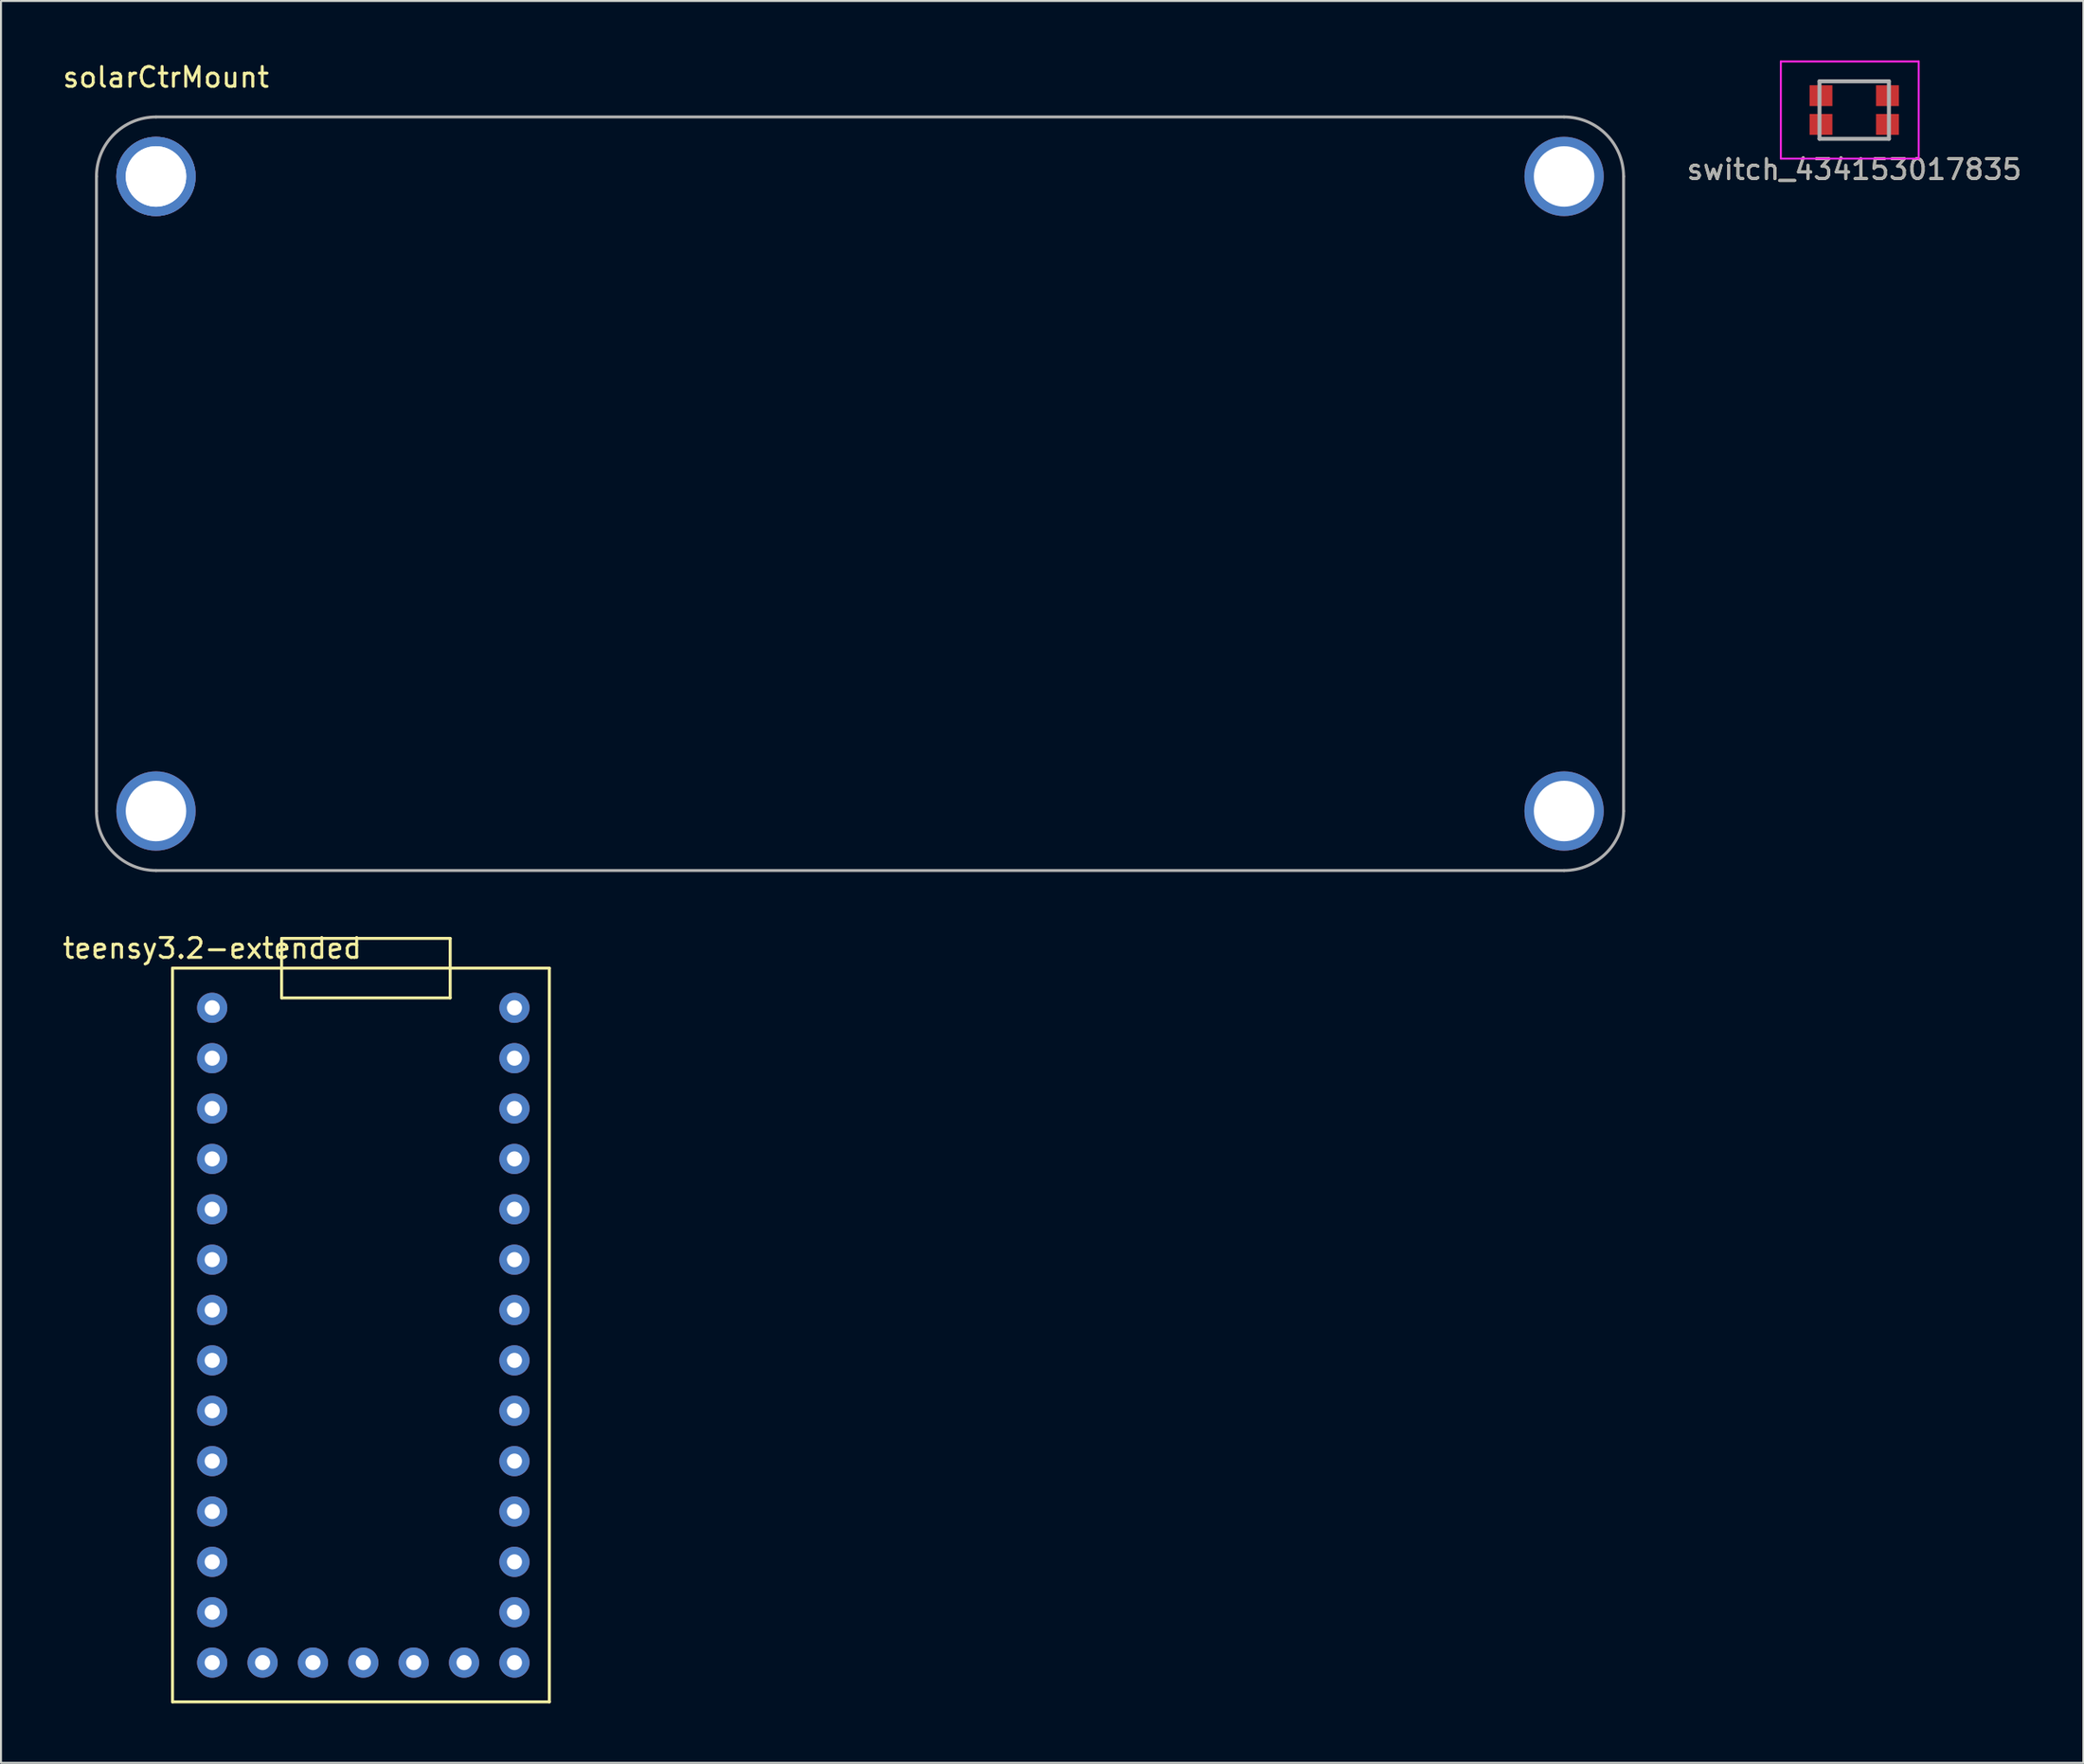
<source format=kicad_pcb>
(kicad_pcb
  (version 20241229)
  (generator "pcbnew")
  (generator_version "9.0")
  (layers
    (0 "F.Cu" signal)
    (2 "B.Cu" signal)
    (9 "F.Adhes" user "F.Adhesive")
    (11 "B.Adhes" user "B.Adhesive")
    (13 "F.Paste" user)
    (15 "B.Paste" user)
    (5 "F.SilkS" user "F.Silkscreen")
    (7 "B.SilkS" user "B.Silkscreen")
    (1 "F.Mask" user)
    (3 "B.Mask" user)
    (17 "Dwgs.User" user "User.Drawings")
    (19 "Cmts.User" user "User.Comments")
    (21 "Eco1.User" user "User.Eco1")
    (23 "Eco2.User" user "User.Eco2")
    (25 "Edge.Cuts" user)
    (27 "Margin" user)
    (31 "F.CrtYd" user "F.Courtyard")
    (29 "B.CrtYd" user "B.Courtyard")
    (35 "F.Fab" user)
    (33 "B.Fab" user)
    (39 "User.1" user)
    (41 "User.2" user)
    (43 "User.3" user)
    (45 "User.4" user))
  (footprint "solarCtrMount"
    (layer "F.Cu")
    (at 4.815 5.848)
    (property "Reference" "solarCtrMount" (at 0.5 -5 0) (layer "F.SilkS") (effects (font (size 1 1) (thickness 0.15))))
    (attr through_hole)
    (fp_line (start -3 0) (end -3 32) (stroke (width 0.15) (type solid)) (layer "F.Fab"))
    (fp_line (start 0 35) (end 71 35) (stroke (width 0.15) (type solid)) (layer "F.Fab"))
    (fp_line (start 71 -3) (end 0 -3) (stroke (width 0.15) (type solid)) (layer "F.Fab"))
    (fp_line (start 74 32) (end 74 0) (stroke (width 0.15) (type solid)) (layer "F.Fab"))
    (fp_arc (start -3 0) (mid -2.12132 -2.12132) (end 0 -3) (stroke (width 0.15) (type solid)) (layer "F.Fab"))
    (fp_arc (start 0 35) (mid -2.12132 34.12132) (end -3 32) (stroke (width 0.15) (type solid)) (layer "F.Fab"))
    (fp_arc (start 71 -3) (mid 73.12132 -2.12132) (end 74 0) (stroke (width 0.15) (type solid)) (layer "F.Fab"))
    (fp_arc (start 74 32) (mid 73.12132 34.12132) (end 71 35) (stroke (width 0.15) (type solid)) (layer "F.Fab"))
    (pad "1" thru_hole circle (at 0 0) (size 4 4) (drill 3.05) (layers "*.Cu" "*.Mask"))
    (pad "1" thru_hole circle (at 0 0) (size 4 4) (drill 3.05) (layers "*.Cu" "*.Mask"))
    (pad "2" thru_hole circle (at 0 32) (size 4 4) (drill 3.05) (layers "*.Cu" "*.Mask"))
    (pad "3" thru_hole circle (at 71 0) (size 4 4) (drill 3.05) (layers "*.Cu" "*.Mask"))
    (pad "4" thru_hole circle (at 71 32) (size 4 4) (drill 3.05) (layers "*.Cu" "*.Mask")))
  (footprint "teensy3.2-extended"
    (layer "F.Cu")
    (at 7.649 47.772)
    (property "Reference" "teensy3.2-extended" (at 0 -3 0) (layer "F.SilkS") (effects (font (size 1 1) (thickness 0.15))))
    (attr through_hole)
    (fp_line (start -2 -2) (end 17 -2) (stroke (width 0.15) (type solid)) (layer "F.SilkS"))
    (fp_line (start -2 35) (end -2 -2) (stroke (width 0.15) (type solid)) (layer "F.SilkS"))
    (fp_line (start 3.5 -3.5) (end 3.5 -0.5) (stroke (width 0.15) (type solid)) (layer "F.SilkS"))
    (fp_line (start 3.5 -0.5) (end 12 -0.5) (stroke (width 0.15) (type solid)) (layer "F.SilkS"))
    (fp_line (start 12 -3.5) (end 3.5 -3.5) (stroke (width 0.15) (type solid)) (layer "F.SilkS"))
    (fp_line (start 12 -0.5) (end 12 -3.5) (stroke (width 0.15) (type solid)) (layer "F.SilkS"))
    (fp_line (start 17 -2) (end 17 35) (stroke (width 0.15) (type solid)) (layer "F.SilkS"))
    (fp_line (start 17 35) (end -2 35) (stroke (width 0.15) (type solid)) (layer "F.SilkS"))
    (pad "1" thru_hole circle (at 0 0) (size 1.524 1.524) (drill 0.762) (layers "*.Cu" "*.Mask"))
    (pad "2" thru_hole circle (at 0 2.54) (size 1.524 1.524) (drill 0.762) (layers "*.Cu" "*.Mask"))
    (pad "3" thru_hole circle (at 0 5.08) (size 1.524 1.524) (drill 0.762) (layers "*.Cu" "*.Mask"))
    (pad "4" thru_hole circle (at 0 7.62) (size 1.524 1.524) (drill 0.762) (layers "*.Cu" "*.Mask"))
    (pad "5" thru_hole circle (at 0 10.16) (size 1.524 1.524) (drill 0.762) (layers "*.Cu" "*.Mask"))
    (pad "6" thru_hole circle (at 0 12.7) (size 1.524 1.524) (drill 0.762) (layers "*.Cu" "*.Mask"))
    (pad "7" thru_hole circle (at 0 15.24) (size 1.524 1.524) (drill 0.762) (layers "*.Cu" "*.Mask"))
    (pad "8" thru_hole circle (at 0 17.78) (size 1.524 1.524) (drill 0.762) (layers "*.Cu" "*.Mask"))
    (pad "9" thru_hole circle (at 0 20.32) (size 1.524 1.524) (drill 0.762) (layers "*.Cu" "*.Mask"))
    (pad "10" thru_hole circle (at 0 22.86) (size 1.524 1.524) (drill 0.762) (layers "*.Cu" "*.Mask"))
    (pad "11" thru_hole circle (at 0 25.4) (size 1.524 1.524) (drill 0.762) (layers "*.Cu" "*.Mask"))
    (pad "12" thru_hole circle (at 0 27.94) (size 1.524 1.524) (drill 0.762) (layers "*.Cu" "*.Mask"))
    (pad "13" thru_hole circle (at 0 30.48) (size 1.524 1.524) (drill 0.762) (layers "*.Cu" "*.Mask"))
    (pad "14" thru_hole circle (at 0 33.02) (size 1.524 1.524) (drill 0.762) (layers "*.Cu" "*.Mask"))
    (pad "15" thru_hole circle (at 15.24 33.02) (size 1.524 1.524) (drill 0.762) (layers "*.Cu" "*.Mask"))
    (pad "16" thru_hole circle (at 15.24 30.48) (size 1.524 1.524) (drill 0.762) (layers "*.Cu" "*.Mask"))
    (pad "17" thru_hole circle (at 15.24 27.94) (size 1.524 1.524) (drill 0.762) (layers "*.Cu" "*.Mask"))
    (pad "18" thru_hole circle (at 15.24 25.4) (size 1.524 1.524) (drill 0.762) (layers "*.Cu" "*.Mask"))
    (pad "19" thru_hole circle (at 15.24 22.86) (size 1.524 1.524) (drill 0.762) (layers "*.Cu" "*.Mask"))
    (pad "20" thru_hole circle (at 15.24 20.32) (size 1.524 1.524) (drill 0.762) (layers "*.Cu" "*.Mask"))
    (pad "21" thru_hole circle (at 15.24 17.78) (size 1.524 1.524) (drill 0.762) (layers "*.Cu" "*.Mask"))
    (pad "22" thru_hole circle (at 15.24 15.24) (size 1.524 1.524) (drill 0.762) (layers "*.Cu" "*.Mask"))
    (pad "23" thru_hole circle (at 15.24 12.7) (size 1.524 1.524) (drill 0.762) (layers "*.Cu" "*.Mask"))
    (pad "24" thru_hole circle (at 15.24 10.16) (size 1.524 1.524) (drill 0.762) (layers "*.Cu" "*.Mask"))
    (pad "25" thru_hole circle (at 15.24 7.62) (size 1.524 1.524) (drill 0.762) (layers "*.Cu" "*.Mask"))
    (pad "26" thru_hole circle (at 15.24 5.08) (size 1.524 1.524) (drill 0.762) (layers "*.Cu" "*.Mask"))
    (pad "27" thru_hole circle (at 15.24 2.54) (size 1.524 1.524) (drill 0.762) (layers "*.Cu" "*.Mask"))
    (pad "28" thru_hole circle (at 15.24 0) (size 1.524 1.524) (drill 0.762) (layers "*.Cu" "*.Mask"))
    (pad "29" thru_hole circle (at 2.54 33.02) (size 1.524 1.524) (drill 0.762) (layers "*.Cu" "*.Mask"))
    (pad "30" thru_hole circle (at 5.08 33.02) (size 1.524 1.524) (drill 0.762) (layers "*.Cu" "*.Mask"))
    (pad "31" thru_hole circle (at 7.62 33.02) (size 1.524 1.524) (drill 0.762) (layers "*.Cu" "*.Mask"))
    (pad "32" thru_hole circle (at 10.16 33.02) (size 1.524 1.524) (drill 0.762) (layers "*.Cu" "*.Mask"))
    (pad "33" thru_hole circle (at 12.7 33.02) (size 1.524 1.524) (drill 0.762) (layers "*.Cu" "*.Mask")))
  (footprint "switch_434153017835"
    (layer "F.Cu")
    (at 90.444 2.5)
    (property "Reference" "switch_434153017835" (at 0 3 0) (layer "F.SilkS") (effects (font (size 1 1) (thickness 0.15))))
    (attr smd)
    (fp_line (start -1.75 -1.45) (end 1.75 -1.45) (stroke (width 0.1) (type solid)) (layer "F.SilkS"))
    (fp_line (start -1.75 1.45) (end 1.75 1.45) (stroke (width 0.1) (type solid)) (layer "F.SilkS"))
    (fp_line (start 1.75 1.45) (end 1.75 1.45) (stroke (width 0.1) (type solid)) (layer "F.SilkS"))
    (fp_line (start -3.7 -2.45) (end 3.25 -2.45) (stroke (width 0.1) (type solid)) (layer "F.CrtYd"))
    (fp_line (start -3.7 2.45) (end -3.7 -2.45) (stroke (width 0.1) (type solid)) (layer "F.CrtYd"))
    (fp_line (start 3.25 -2.45) (end 3.25 2.45) (stroke (width 0.1) (type solid)) (layer "F.CrtYd"))
    (fp_line (start 3.25 2.45) (end -3.7 2.45) (stroke (width 0.1) (type solid)) (layer "F.CrtYd"))
    (fp_line (start -1.75 -1.45) (end 1.75 -1.45) (stroke (width 0.2) (type solid)) (layer "F.Fab"))
    (fp_line (start -1.75 1.45) (end -1.75 -1.45) (stroke (width 0.2) (type solid)) (layer "F.Fab"))
    (fp_line (start 1.75 -1.45) (end 1.75 1.45) (stroke (width 0.2) (type solid)) (layer "F.Fab"))
    (fp_line (start 1.75 1.45) (end -1.75 1.45) (stroke (width 0.2) (type solid)) (layer "F.Fab"))
    (fp_text user "${REFERENCE}" (at 0 3 0) (layer "F.Fab") (effects (font (size 1 1) (thickness 0.15))))
    (pad "1" smd rect (at -1.675 -0.725 90) (size 1.05 1.15) (layers "F.Cu" "F.Mask" "F.Paste"))
    (pad "2" smd rect (at -1.675 0.725 90) (size 1.05 1.15) (layers "F.Cu" "F.Mask" "F.Paste"))
    (pad "3" smd rect (at 1.675 -0.725 90) (size 1.05 1.15) (layers "F.Cu" "F.Mask" "F.Paste"))
    (pad "4" smd rect (at 1.675 0.725 90) (size 1.05 1.15) (layers "F.Cu" "F.Mask" "F.Paste")))
  (gr_rect
    (start -3 -3)
    (end 101.998 85.847)
    (stroke (width 0.1) (type default))
    (fill no)
    (layer "Edge.Cuts")))
</source>
